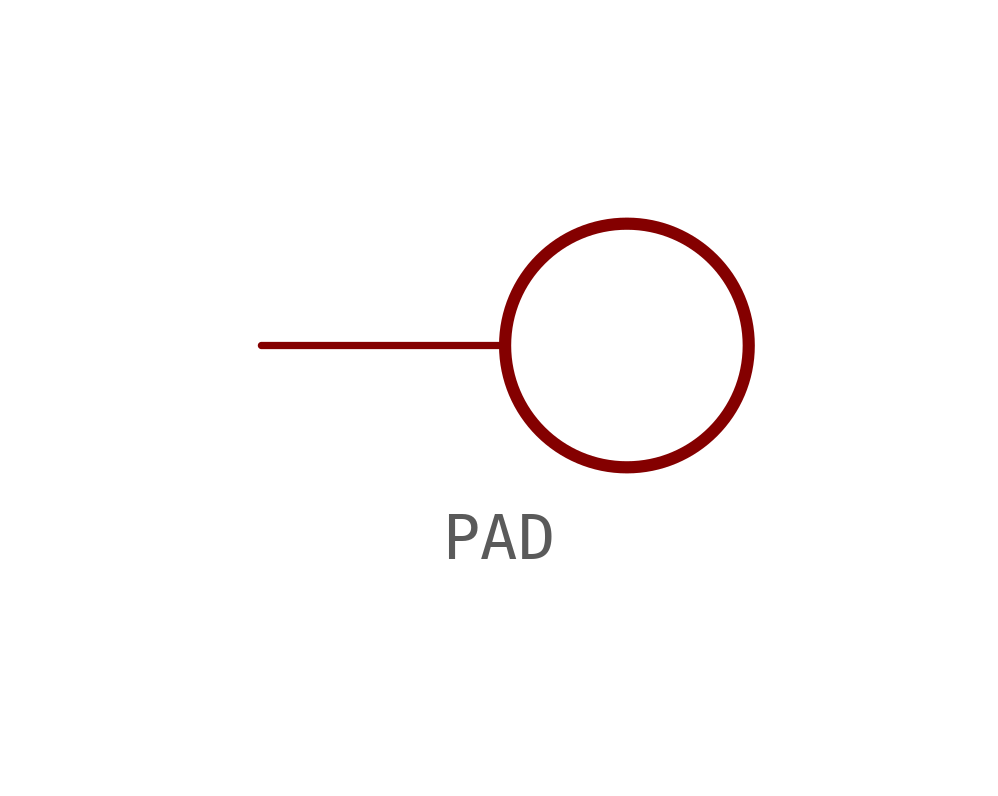
<source format=kicad_sym>
(kicad_symbol_lib
  (version 20220914)
  (generator kicad_symbol_editor)
  (symbol "PAD"
    (property "Reference" ""
      (at -7.62 5.08 0)
      (effects (font (size 1.676 1.425)) (justify left bottom) hide))
    (property "ki_locked" ""
      (at 0 0 0)
      (effects (font (size 1.27 1.27))))
    (symbol "PAD_1_0"
      (circle (center 0 0) (radius 2.54) (stroke (width 0.254) (type solid)) (fill (type none)))
      (pin bidirectional line (at -7.62 0 0) (length 5.08) (name "P$1" (effects (font (size 0 0)))) (number "1" (effects (font (size 0 0))))))))
</source>
